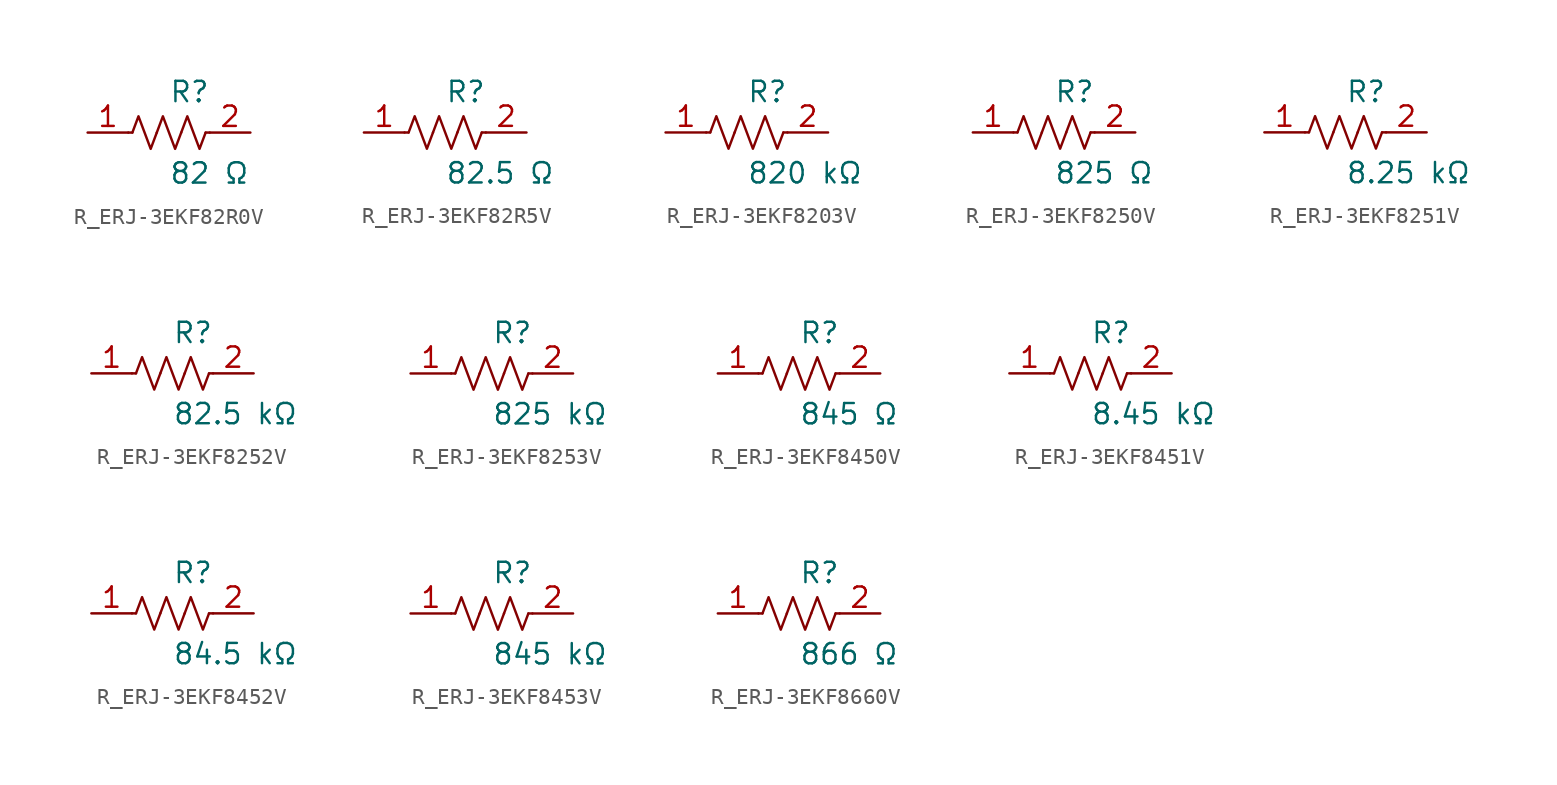
<source format=kicad_sym>
(kicad_symbol_lib
  (version 20231120)
  (generator kicad_symbol_editor)
  (generator_version 8.0)
  (symbol "R_ERJ-3EKF82R0V"
    (pin_names
      (offset 0.254))
    (property "Reference" "R"
      (at 0.0 2.54 0)
      (effects (font (size 1.27 1.27)) (justify left)))
    (property "Value" "82 Ω"
      (at 0.0 -2.54 0)
      (effects (font (size 1.27 1.27)) (justify left)))
    (symbol "R_ERJ-3EKF82R0V_0_1"
      (polyline (pts (xy 2.286 0) (xy 2.54 0)) (stroke (width 0) (type default)) (fill (type none)))
      (polyline (pts (xy -2.286 0) (xy -2.54 0)) (stroke (width 0) (type default)) (fill (type none)))
      (polyline (pts (xy 0.762 0) (xy 1.143 1.016) (xy 1.524 0) (xy 1.905 -1.016) (xy 2.286 0)) (stroke (width 0) (type default)) (fill (type none)))
      (polyline (pts (xy -0.762 0) (xy -0.381 1.016) (xy 0 0) (xy 0.381 -1.016) (xy 0.762 0)) (stroke (width 0) (type default)) (fill (type none)))
      (polyline (pts (xy -2.286 0) (xy -1.905 1.016) (xy -1.524 0) (xy -1.143 -1.016) (xy -0.762 0)) (stroke (width 0) (type default)) (fill (type none))))
    (pin unspecified line
      (at -5.08 0 0)
      (length 2.54)
      (name "" (effects (font (size 1.27 1.27))))
      (number "1" (effects (font (size 1.27 1.27)))))
    (pin unspecified line
      (at 5.08 0 180)
      (length 2.54)
      (name "" (effects (font (size 1.27 1.27))))
      (number "2" (effects (font (size 1.27 1.27))))))
  (symbol "R_ERJ-3EKF82R5V"
    (pin_names
      (offset 0.254))
    (property "Reference" "R"
      (at 0.0 2.54 0)
      (effects (font (size 1.27 1.27)) (justify left)))
    (property "Value" "82.5 Ω"
      (at 0.0 -2.54 0)
      (effects (font (size 1.27 1.27)) (justify left)))
    (symbol "R_ERJ-3EKF82R5V_0_1"
      (polyline (pts (xy 2.286 0) (xy 2.54 0)) (stroke (width 0) (type default)) (fill (type none)))
      (polyline (pts (xy -2.286 0) (xy -2.54 0)) (stroke (width 0) (type default)) (fill (type none)))
      (polyline (pts (xy 0.762 0) (xy 1.143 1.016) (xy 1.524 0) (xy 1.905 -1.016) (xy 2.286 0)) (stroke (width 0) (type default)) (fill (type none)))
      (polyline (pts (xy -0.762 0) (xy -0.381 1.016) (xy 0 0) (xy 0.381 -1.016) (xy 0.762 0)) (stroke (width 0) (type default)) (fill (type none)))
      (polyline (pts (xy -2.286 0) (xy -1.905 1.016) (xy -1.524 0) (xy -1.143 -1.016) (xy -0.762 0)) (stroke (width 0) (type default)) (fill (type none))))
    (pin unspecified line
      (at -5.08 0 0)
      (length 2.54)
      (name "" (effects (font (size 1.27 1.27))))
      (number "1" (effects (font (size 1.27 1.27)))))
    (pin unspecified line
      (at 5.08 0 180)
      (length 2.54)
      (name "" (effects (font (size 1.27 1.27))))
      (number "2" (effects (font (size 1.27 1.27))))))
  (symbol "R_ERJ-3EKF8203V"
    (pin_names
      (offset 0.254))
    (property "Reference" "R"
      (at 0.0 2.54 0)
      (effects (font (size 1.27 1.27)) (justify left)))
    (property "Value" "820 kΩ"
      (at 0.0 -2.54 0)
      (effects (font (size 1.27 1.27)) (justify left)))
    (symbol "R_ERJ-3EKF8203V_0_1"
      (polyline (pts (xy 2.286 0) (xy 2.54 0)) (stroke (width 0) (type default)) (fill (type none)))
      (polyline (pts (xy -2.286 0) (xy -2.54 0)) (stroke (width 0) (type default)) (fill (type none)))
      (polyline (pts (xy 0.762 0) (xy 1.143 1.016) (xy 1.524 0) (xy 1.905 -1.016) (xy 2.286 0)) (stroke (width 0) (type default)) (fill (type none)))
      (polyline (pts (xy -0.762 0) (xy -0.381 1.016) (xy 0 0) (xy 0.381 -1.016) (xy 0.762 0)) (stroke (width 0) (type default)) (fill (type none)))
      (polyline (pts (xy -2.286 0) (xy -1.905 1.016) (xy -1.524 0) (xy -1.143 -1.016) (xy -0.762 0)) (stroke (width 0) (type default)) (fill (type none))))
    (pin unspecified line
      (at -5.08 0 0)
      (length 2.54)
      (name "" (effects (font (size 1.27 1.27))))
      (number "1" (effects (font (size 1.27 1.27)))))
    (pin unspecified line
      (at 5.08 0 180)
      (length 2.54)
      (name "" (effects (font (size 1.27 1.27))))
      (number "2" (effects (font (size 1.27 1.27))))))
  (symbol "R_ERJ-3EKF8250V"
    (pin_names
      (offset 0.254))
    (property "Reference" "R"
      (at 0.0 2.54 0)
      (effects (font (size 1.27 1.27)) (justify left)))
    (property "Value" "825 Ω"
      (at 0.0 -2.54 0)
      (effects (font (size 1.27 1.27)) (justify left)))
    (symbol "R_ERJ-3EKF8250V_0_1"
      (polyline (pts (xy 2.286 0) (xy 2.54 0)) (stroke (width 0) (type default)) (fill (type none)))
      (polyline (pts (xy -2.286 0) (xy -2.54 0)) (stroke (width 0) (type default)) (fill (type none)))
      (polyline (pts (xy 0.762 0) (xy 1.143 1.016) (xy 1.524 0) (xy 1.905 -1.016) (xy 2.286 0)) (stroke (width 0) (type default)) (fill (type none)))
      (polyline (pts (xy -0.762 0) (xy -0.381 1.016) (xy 0 0) (xy 0.381 -1.016) (xy 0.762 0)) (stroke (width 0) (type default)) (fill (type none)))
      (polyline (pts (xy -2.286 0) (xy -1.905 1.016) (xy -1.524 0) (xy -1.143 -1.016) (xy -0.762 0)) (stroke (width 0) (type default)) (fill (type none))))
    (pin unspecified line
      (at -5.08 0 0)
      (length 2.54)
      (name "" (effects (font (size 1.27 1.27))))
      (number "1" (effects (font (size 1.27 1.27)))))
    (pin unspecified line
      (at 5.08 0 180)
      (length 2.54)
      (name "" (effects (font (size 1.27 1.27))))
      (number "2" (effects (font (size 1.27 1.27))))))
  (symbol "R_ERJ-3EKF8251V"
    (pin_names
      (offset 0.254))
    (property "Reference" "R"
      (at 0.0 2.54 0)
      (effects (font (size 1.27 1.27)) (justify left)))
    (property "Value" "8.25 kΩ"
      (at 0.0 -2.54 0)
      (effects (font (size 1.27 1.27)) (justify left)))
    (symbol "R_ERJ-3EKF8251V_0_1"
      (polyline (pts (xy 2.286 0) (xy 2.54 0)) (stroke (width 0) (type default)) (fill (type none)))
      (polyline (pts (xy -2.286 0) (xy -2.54 0)) (stroke (width 0) (type default)) (fill (type none)))
      (polyline (pts (xy 0.762 0) (xy 1.143 1.016) (xy 1.524 0) (xy 1.905 -1.016) (xy 2.286 0)) (stroke (width 0) (type default)) (fill (type none)))
      (polyline (pts (xy -0.762 0) (xy -0.381 1.016) (xy 0 0) (xy 0.381 -1.016) (xy 0.762 0)) (stroke (width 0) (type default)) (fill (type none)))
      (polyline (pts (xy -2.286 0) (xy -1.905 1.016) (xy -1.524 0) (xy -1.143 -1.016) (xy -0.762 0)) (stroke (width 0) (type default)) (fill (type none))))
    (pin unspecified line
      (at -5.08 0 0)
      (length 2.54)
      (name "" (effects (font (size 1.27 1.27))))
      (number "1" (effects (font (size 1.27 1.27)))))
    (pin unspecified line
      (at 5.08 0 180)
      (length 2.54)
      (name "" (effects (font (size 1.27 1.27))))
      (number "2" (effects (font (size 1.27 1.27))))))
  (symbol "R_ERJ-3EKF8252V"
    (pin_names
      (offset 0.254))
    (property "Reference" "R"
      (at 0.0 2.54 0)
      (effects (font (size 1.27 1.27)) (justify left)))
    (property "Value" "82.5 kΩ"
      (at 0.0 -2.54 0)
      (effects (font (size 1.27 1.27)) (justify left)))
    (symbol "R_ERJ-3EKF8252V_0_1"
      (polyline (pts (xy 2.286 0) (xy 2.54 0)) (stroke (width 0) (type default)) (fill (type none)))
      (polyline (pts (xy -2.286 0) (xy -2.54 0)) (stroke (width 0) (type default)) (fill (type none)))
      (polyline (pts (xy 0.762 0) (xy 1.143 1.016) (xy 1.524 0) (xy 1.905 -1.016) (xy 2.286 0)) (stroke (width 0) (type default)) (fill (type none)))
      (polyline (pts (xy -0.762 0) (xy -0.381 1.016) (xy 0 0) (xy 0.381 -1.016) (xy 0.762 0)) (stroke (width 0) (type default)) (fill (type none)))
      (polyline (pts (xy -2.286 0) (xy -1.905 1.016) (xy -1.524 0) (xy -1.143 -1.016) (xy -0.762 0)) (stroke (width 0) (type default)) (fill (type none))))
    (pin unspecified line
      (at -5.08 0 0)
      (length 2.54)
      (name "" (effects (font (size 1.27 1.27))))
      (number "1" (effects (font (size 1.27 1.27)))))
    (pin unspecified line
      (at 5.08 0 180)
      (length 2.54)
      (name "" (effects (font (size 1.27 1.27))))
      (number "2" (effects (font (size 1.27 1.27))))))
  (symbol "R_ERJ-3EKF8253V"
    (pin_names
      (offset 0.254))
    (property "Reference" "R"
      (at 0.0 2.54 0)
      (effects (font (size 1.27 1.27)) (justify left)))
    (property "Value" "825 kΩ"
      (at 0.0 -2.54 0)
      (effects (font (size 1.27 1.27)) (justify left)))
    (symbol "R_ERJ-3EKF8253V_0_1"
      (polyline (pts (xy 2.286 0) (xy 2.54 0)) (stroke (width 0) (type default)) (fill (type none)))
      (polyline (pts (xy -2.286 0) (xy -2.54 0)) (stroke (width 0) (type default)) (fill (type none)))
      (polyline (pts (xy 0.762 0) (xy 1.143 1.016) (xy 1.524 0) (xy 1.905 -1.016) (xy 2.286 0)) (stroke (width 0) (type default)) (fill (type none)))
      (polyline (pts (xy -0.762 0) (xy -0.381 1.016) (xy 0 0) (xy 0.381 -1.016) (xy 0.762 0)) (stroke (width 0) (type default)) (fill (type none)))
      (polyline (pts (xy -2.286 0) (xy -1.905 1.016) (xy -1.524 0) (xy -1.143 -1.016) (xy -0.762 0)) (stroke (width 0) (type default)) (fill (type none))))
    (pin unspecified line
      (at -5.08 0 0)
      (length 2.54)
      (name "" (effects (font (size 1.27 1.27))))
      (number "1" (effects (font (size 1.27 1.27)))))
    (pin unspecified line
      (at 5.08 0 180)
      (length 2.54)
      (name "" (effects (font (size 1.27 1.27))))
      (number "2" (effects (font (size 1.27 1.27))))))
  (symbol "R_ERJ-3EKF8450V"
    (pin_names
      (offset 0.254))
    (property "Reference" "R"
      (at 0.0 2.54 0)
      (effects (font (size 1.27 1.27)) (justify left)))
    (property "Value" "845 Ω"
      (at 0.0 -2.54 0)
      (effects (font (size 1.27 1.27)) (justify left)))
    (symbol "R_ERJ-3EKF8450V_0_1"
      (polyline (pts (xy 2.286 0) (xy 2.54 0)) (stroke (width 0) (type default)) (fill (type none)))
      (polyline (pts (xy -2.286 0) (xy -2.54 0)) (stroke (width 0) (type default)) (fill (type none)))
      (polyline (pts (xy 0.762 0) (xy 1.143 1.016) (xy 1.524 0) (xy 1.905 -1.016) (xy 2.286 0)) (stroke (width 0) (type default)) (fill (type none)))
      (polyline (pts (xy -0.762 0) (xy -0.381 1.016) (xy 0 0) (xy 0.381 -1.016) (xy 0.762 0)) (stroke (width 0) (type default)) (fill (type none)))
      (polyline (pts (xy -2.286 0) (xy -1.905 1.016) (xy -1.524 0) (xy -1.143 -1.016) (xy -0.762 0)) (stroke (width 0) (type default)) (fill (type none))))
    (pin unspecified line
      (at -5.08 0 0)
      (length 2.54)
      (name "" (effects (font (size 1.27 1.27))))
      (number "1" (effects (font (size 1.27 1.27)))))
    (pin unspecified line
      (at 5.08 0 180)
      (length 2.54)
      (name "" (effects (font (size 1.27 1.27))))
      (number "2" (effects (font (size 1.27 1.27))))))
  (symbol "R_ERJ-3EKF8451V"
    (pin_names
      (offset 0.254))
    (property "Reference" "R"
      (at 0.0 2.54 0)
      (effects (font (size 1.27 1.27)) (justify left)))
    (property "Value" "8.45 kΩ"
      (at 0.0 -2.54 0)
      (effects (font (size 1.27 1.27)) (justify left)))
    (symbol "R_ERJ-3EKF8451V_0_1"
      (polyline (pts (xy 2.286 0) (xy 2.54 0)) (stroke (width 0) (type default)) (fill (type none)))
      (polyline (pts (xy -2.286 0) (xy -2.54 0)) (stroke (width 0) (type default)) (fill (type none)))
      (polyline (pts (xy 0.762 0) (xy 1.143 1.016) (xy 1.524 0) (xy 1.905 -1.016) (xy 2.286 0)) (stroke (width 0) (type default)) (fill (type none)))
      (polyline (pts (xy -0.762 0) (xy -0.381 1.016) (xy 0 0) (xy 0.381 -1.016) (xy 0.762 0)) (stroke (width 0) (type default)) (fill (type none)))
      (polyline (pts (xy -2.286 0) (xy -1.905 1.016) (xy -1.524 0) (xy -1.143 -1.016) (xy -0.762 0)) (stroke (width 0) (type default)) (fill (type none))))
    (pin unspecified line
      (at -5.08 0 0)
      (length 2.54)
      (name "" (effects (font (size 1.27 1.27))))
      (number "1" (effects (font (size 1.27 1.27)))))
    (pin unspecified line
      (at 5.08 0 180)
      (length 2.54)
      (name "" (effects (font (size 1.27 1.27))))
      (number "2" (effects (font (size 1.27 1.27))))))
  (symbol "R_ERJ-3EKF8452V"
    (pin_names
      (offset 0.254))
    (property "Reference" "R"
      (at 0.0 2.54 0)
      (effects (font (size 1.27 1.27)) (justify left)))
    (property "Value" "84.5 kΩ"
      (at 0.0 -2.54 0)
      (effects (font (size 1.27 1.27)) (justify left)))
    (symbol "R_ERJ-3EKF8452V_0_1"
      (polyline (pts (xy 2.286 0) (xy 2.54 0)) (stroke (width 0) (type default)) (fill (type none)))
      (polyline (pts (xy -2.286 0) (xy -2.54 0)) (stroke (width 0) (type default)) (fill (type none)))
      (polyline (pts (xy 0.762 0) (xy 1.143 1.016) (xy 1.524 0) (xy 1.905 -1.016) (xy 2.286 0)) (stroke (width 0) (type default)) (fill (type none)))
      (polyline (pts (xy -0.762 0) (xy -0.381 1.016) (xy 0 0) (xy 0.381 -1.016) (xy 0.762 0)) (stroke (width 0) (type default)) (fill (type none)))
      (polyline (pts (xy -2.286 0) (xy -1.905 1.016) (xy -1.524 0) (xy -1.143 -1.016) (xy -0.762 0)) (stroke (width 0) (type default)) (fill (type none))))
    (pin unspecified line
      (at -5.08 0 0)
      (length 2.54)
      (name "" (effects (font (size 1.27 1.27))))
      (number "1" (effects (font (size 1.27 1.27)))))
    (pin unspecified line
      (at 5.08 0 180)
      (length 2.54)
      (name "" (effects (font (size 1.27 1.27))))
      (number "2" (effects (font (size 1.27 1.27))))))
  (symbol "R_ERJ-3EKF8453V"
    (pin_names
      (offset 0.254))
    (property "Reference" "R"
      (at 0.0 2.54 0)
      (effects (font (size 1.27 1.27)) (justify left)))
    (property "Value" "845 kΩ"
      (at 0.0 -2.54 0)
      (effects (font (size 1.27 1.27)) (justify left)))
    (symbol "R_ERJ-3EKF8453V_0_1"
      (polyline (pts (xy 2.286 0) (xy 2.54 0)) (stroke (width 0) (type default)) (fill (type none)))
      (polyline (pts (xy -2.286 0) (xy -2.54 0)) (stroke (width 0) (type default)) (fill (type none)))
      (polyline (pts (xy 0.762 0) (xy 1.143 1.016) (xy 1.524 0) (xy 1.905 -1.016) (xy 2.286 0)) (stroke (width 0) (type default)) (fill (type none)))
      (polyline (pts (xy -0.762 0) (xy -0.381 1.016) (xy 0 0) (xy 0.381 -1.016) (xy 0.762 0)) (stroke (width 0) (type default)) (fill (type none)))
      (polyline (pts (xy -2.286 0) (xy -1.905 1.016) (xy -1.524 0) (xy -1.143 -1.016) (xy -0.762 0)) (stroke (width 0) (type default)) (fill (type none))))
    (pin unspecified line
      (at -5.08 0 0)
      (length 2.54)
      (name "" (effects (font (size 1.27 1.27))))
      (number "1" (effects (font (size 1.27 1.27)))))
    (pin unspecified line
      (at 5.08 0 180)
      (length 2.54)
      (name "" (effects (font (size 1.27 1.27))))
      (number "2" (effects (font (size 1.27 1.27))))))
  (symbol "R_ERJ-3EKF8660V"
    (pin_names
      (offset 0.254))
    (property "Reference" "R"
      (at 0.0 2.54 0)
      (effects (font (size 1.27 1.27)) (justify left)))
    (property "Value" "866 Ω"
      (at 0.0 -2.54 0)
      (effects (font (size 1.27 1.27)) (justify left)))
    (symbol "R_ERJ-3EKF8660V_0_1"
      (polyline (pts (xy 2.286 0) (xy 2.54 0)) (stroke (width 0) (type default)) (fill (type none)))
      (polyline (pts (xy -2.286 0) (xy -2.54 0)) (stroke (width 0) (type default)) (fill (type none)))
      (polyline (pts (xy 0.762 0) (xy 1.143 1.016) (xy 1.524 0) (xy 1.905 -1.016) (xy 2.286 0)) (stroke (width 0) (type default)) (fill (type none)))
      (polyline (pts (xy -0.762 0) (xy -0.381 1.016) (xy 0 0) (xy 0.381 -1.016) (xy 0.762 0)) (stroke (width 0) (type default)) (fill (type none)))
      (polyline (pts (xy -2.286 0) (xy -1.905 1.016) (xy -1.524 0) (xy -1.143 -1.016) (xy -0.762 0)) (stroke (width 0) (type default)) (fill (type none))))
    (pin unspecified line
      (at -5.08 0 0)
      (length 2.54)
      (name "" (effects (font (size 1.27 1.27))))
      (number "1" (effects (font (size 1.27 1.27)))))
    (pin unspecified line
      (at 5.08 0 180)
      (length 2.54)
      (name "" (effects (font (size 1.27 1.27))))
      (number "2" (effects (font (size 1.27 1.27)))))))
</source>
